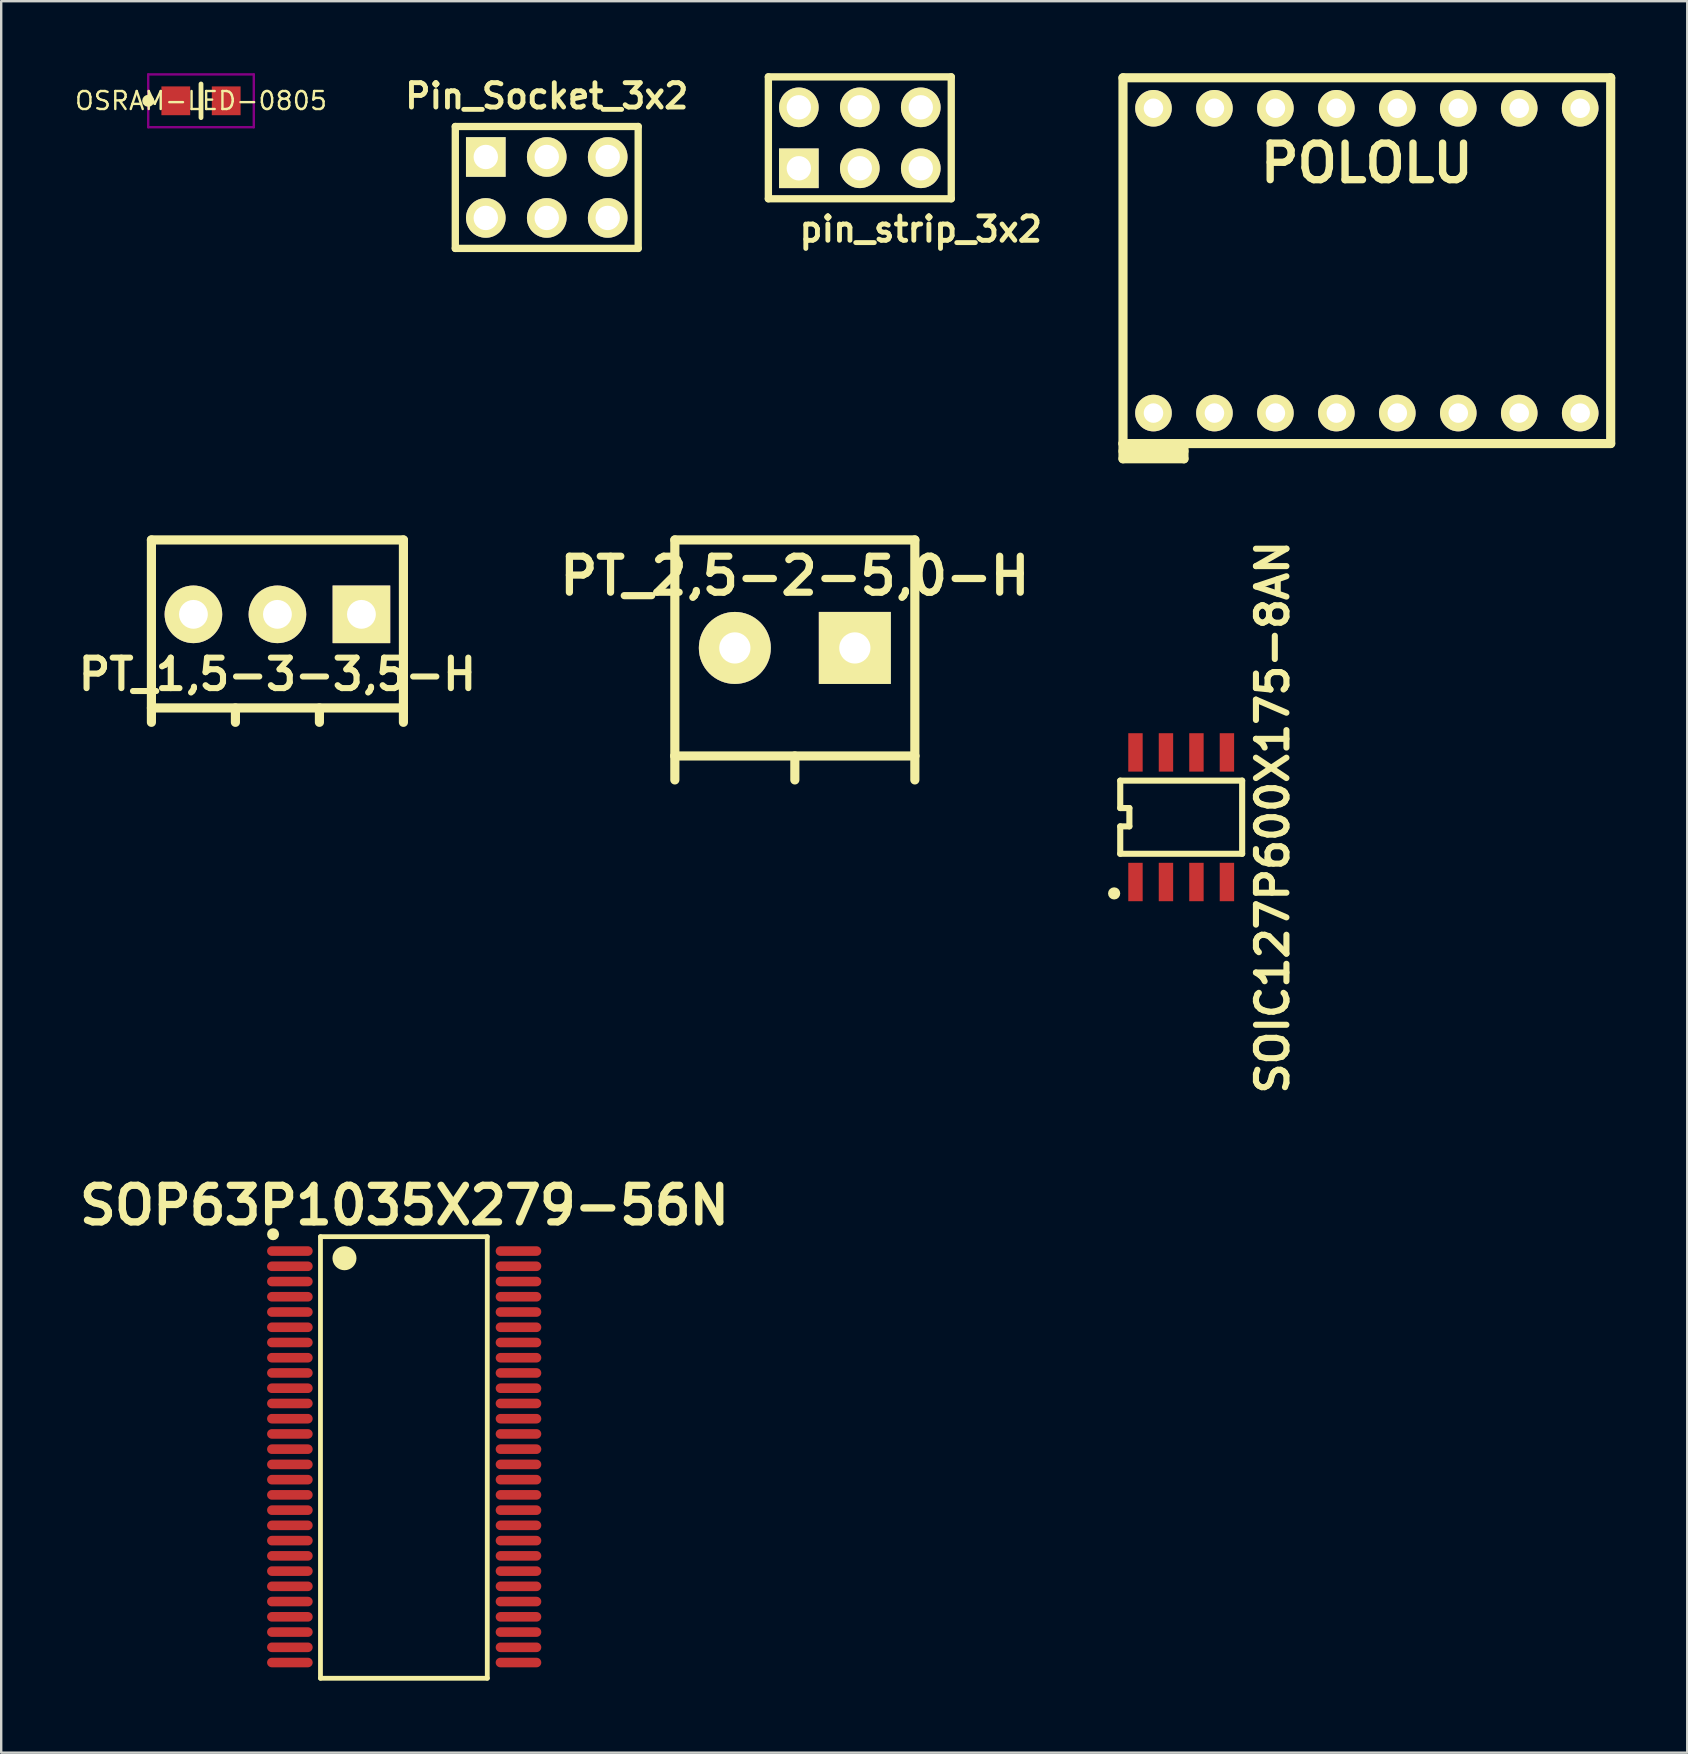
<source format=kicad_pcb>
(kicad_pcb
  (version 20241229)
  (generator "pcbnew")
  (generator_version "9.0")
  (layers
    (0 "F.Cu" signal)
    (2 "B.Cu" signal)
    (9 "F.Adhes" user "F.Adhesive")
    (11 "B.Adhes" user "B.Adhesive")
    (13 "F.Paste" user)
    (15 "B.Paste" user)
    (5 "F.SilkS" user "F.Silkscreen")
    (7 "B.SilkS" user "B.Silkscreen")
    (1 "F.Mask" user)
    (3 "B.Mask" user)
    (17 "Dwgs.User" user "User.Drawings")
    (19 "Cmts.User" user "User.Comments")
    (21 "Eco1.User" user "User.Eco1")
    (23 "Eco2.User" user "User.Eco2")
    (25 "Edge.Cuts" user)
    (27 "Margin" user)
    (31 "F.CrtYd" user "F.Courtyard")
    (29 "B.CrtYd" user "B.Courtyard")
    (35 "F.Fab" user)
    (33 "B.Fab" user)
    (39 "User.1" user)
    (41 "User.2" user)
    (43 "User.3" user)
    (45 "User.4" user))
  (footprint "pin_strip_3x2"
    (layer "F.Cu")
    (at 32.775 2.692)
    (property "Reference" "pin_strip_3x2" (at 2.54 3.81 0) (layer "F.SilkS") (effects (font (size 1.016 1.016) (thickness 0.203))))
    (attr through_hole)
    (fp_line (start -3.81 -2.54) (end -3.81 2.54) (stroke (width 0.305) (type solid)) (layer "F.SilkS"))
    (fp_line (start -3.81 -2.54) (end 3.81 -2.54) (stroke (width 0.305) (type solid)) (layer "F.SilkS"))
    (fp_line (start 3.81 -2.54) (end 3.81 2.54) (stroke (width 0.305) (type solid)) (layer "F.SilkS"))
    (fp_line (start 3.81 2.54) (end -3.81 2.54) (stroke (width 0.305) (type solid)) (layer "F.SilkS"))
    (pad "1" thru_hole rect (at -2.54 1.27) (size 1.651 1.651) (drill 1.016) (layers "*.Cu" "*.Mask" "F.SilkS"))
    (pad "2" thru_hole circle (at -2.54 -1.27) (size 1.651 1.651) (drill 1.016) (layers "*.Cu" "*.Mask" "F.SilkS"))
    (pad "3" thru_hole circle (at 0 1.27) (size 1.651 1.651) (drill 1.016) (layers "*.Cu" "*.Mask" "F.SilkS"))
    (pad "4" thru_hole circle (at 0 -1.27) (size 1.651 1.651) (drill 1.016) (layers "*.Cu" "*.Mask" "F.SilkS"))
    (pad "5" thru_hole circle (at 2.54 1.27) (size 1.651 1.651) (drill 1.016) (layers "*.Cu" "*.Mask" "F.SilkS"))
    (pad "6" thru_hole circle (at 2.54 -1.27) (size 1.651 1.651) (drill 1.016) (layers "*.Cu" "*.Mask" "F.SilkS")))
  (footprint "SOIC127P600X175-8AN"
    (layer "F.Cu")
    (at 46.166 31)
    (property "Reference" "SOIC127P600X175-8AN" (at 3.81 0 90) (layer "F.SilkS") (effects (font (size 1.27 1.27) (thickness 0.254))))
    (attr smd)
    (fp_line (start -2.54 -1.524) (end 2.54 -1.524) (stroke (width 0.254) (type solid)) (layer "F.SilkS"))
    (fp_line (start -2.54 -0.381) (end -2.54 -1.524) (stroke (width 0.254) (type solid)) (layer "F.SilkS"))
    (fp_line (start -2.54 0.381) (end -2.159 0.381) (stroke (width 0.254) (type solid)) (layer "F.SilkS"))
    (fp_line (start -2.54 1.524) (end -2.54 0.381) (stroke (width 0.254) (type solid)) (layer "F.SilkS"))
    (fp_line (start -2.159 -0.381) (end -2.54 -0.381) (stroke (width 0.254) (type solid)) (layer "F.SilkS"))
    (fp_line (start -2.159 0.381) (end -2.159 -0.381) (stroke (width 0.254) (type solid)) (layer "F.SilkS"))
    (fp_line (start 2.54 -1.524) (end 2.54 1.524) (stroke (width 0.254) (type solid)) (layer "F.SilkS"))
    (fp_line (start 2.54 1.524) (end -2.54 1.524) (stroke (width 0.254) (type solid)) (layer "F.SilkS"))
    (fp_circle (center -2.794 3.175) (end -2.667 3.175) (stroke (width 0.254) (type solid)) (fill no) (layer "F.SilkS"))
    (pad "1" smd rect (at -1.905 2.7) (size 0.6 1.6) (layers "F.Cu" "F.Mask" "F.Paste"))
    (pad "2" smd rect (at -0.635 2.7) (size 0.6 1.6) (layers "F.Cu" "F.Mask" "F.Paste"))
    (pad "3" smd rect (at 0.635 2.7) (size 0.6 1.6) (layers "F.Cu" "F.Mask" "F.Paste"))
    (pad "4" smd rect (at 1.905 2.7) (size 0.6 1.6) (layers "F.Cu" "F.Mask" "F.Paste"))
    (pad "5" smd rect (at 1.905 -2.7) (size 0.6 1.6) (layers "F.Cu" "F.Mask" "F.Paste"))
    (pad "6" smd rect (at 0.635 -2.7) (size 0.6 1.6) (layers "F.Cu" "F.Mask" "F.Paste"))
    (pad "7" smd rect (at -0.635 -2.7) (size 0.6 1.6) (layers "F.Cu" "F.Mask" "F.Paste"))
    (pad "8" smd rect (at -1.905 -2.7) (size 0.6 1.6) (layers "F.Cu" "F.Mask" "F.Paste")))
  (footprint "PT_2,5-2-5,0-H"
    (layer "F.Cu")
    (at 32.568 23.947)
    (property "Reference" "PT_2,5-2-5,0-H" (at -2.5 -3 0) (layer "F.SilkS") (effects (font (size 1.5 1.5) (thickness 0.3))))
    (attr through_hole)
    (fp_line (start -7.5 -4.5) (end 2.5 -4.5) (stroke (width 0.381) (type solid)) (layer "F.SilkS"))
    (fp_line (start -7.5 4.5) (end -7.5 -4.5) (stroke (width 0.381) (type solid)) (layer "F.SilkS"))
    (fp_line (start -7.5 4.5) (end -7.5 5.5) (stroke (width 0.381) (type solid)) (layer "F.SilkS"))
    (fp_line (start -2.5 4.5) (end -2.5 5.5) (stroke (width 0.381) (type solid)) (layer "F.SilkS"))
    (fp_line (start 2.5 -4.5) (end 2.5 4.5) (stroke (width 0.381) (type solid)) (layer "F.SilkS"))
    (fp_line (start 2.5 4.5) (end -7.5 4.5) (stroke (width 0.381) (type solid)) (layer "F.SilkS"))
    (fp_line (start 2.5 4.5) (end 2.5 5.5) (stroke (width 0.381) (type solid)) (layer "F.SilkS"))
    (pad "1" thru_hole rect (at 0 0) (size 3 3) (drill 1.3) (layers "*.Cu" "*.Mask" "F.SilkS"))
    (pad "2" thru_hole circle (at -5 0) (size 3 3) (drill 1.3) (layers "*.Cu" "*.Mask" "F.SilkS")))
  (footprint "Pin_Socket_3x2"
    (layer "F.Cu")
    (at 19.731 4.761)
    (property "Reference" "Pin_Socket_3x2" (at 0 -3.81 0) (layer "F.SilkS") (effects (font (size 1.016 1.016) (thickness 0.203))))
    (attr through_hole)
    (fp_line (start -3.81 -2.54) (end -3.81 2.54) (stroke (width 0.305) (type solid)) (layer "F.SilkS"))
    (fp_line (start -3.81 -2.54) (end 3.81 -2.54) (stroke (width 0.305) (type solid)) (layer "F.SilkS"))
    (fp_line (start 3.81 -2.54) (end 3.81 2.54) (stroke (width 0.305) (type solid)) (layer "F.SilkS"))
    (fp_line (start 3.81 2.54) (end -3.81 2.54) (stroke (width 0.305) (type solid)) (layer "F.SilkS"))
    (pad "1" thru_hole rect (at -2.54 -1.27) (size 1.651 1.651) (drill 1.016) (layers "*.Cu" "*.Mask" "F.SilkS"))
    (pad "2" thru_hole circle (at -2.54 1.27) (size 1.651 1.651) (drill 1.016) (layers "*.Cu" "*.Mask" "F.SilkS"))
    (pad "3" thru_hole circle (at 0 -1.27) (size 1.651 1.651) (drill 1.016) (layers "*.Cu" "*.Mask" "F.SilkS"))
    (pad "4" thru_hole circle (at 0 1.27) (size 1.651 1.651) (drill 1.016) (layers "*.Cu" "*.Mask" "F.SilkS"))
    (pad "5" thru_hole circle (at 2.54 -1.27) (size 1.651 1.651) (drill 1.016) (layers "*.Cu" "*.Mask" "F.SilkS"))
    (pad "6" thru_hole circle (at 2.54 1.27) (size 1.651 1.651) (drill 1.016) (layers "*.Cu" "*.Mask" "F.SilkS")))
  (footprint "PT_1,5-3-3,5-H"
    (layer "F.Cu")
    (at 12.009 22.547)
    (property "Reference" "PT_1,5-3-3,5-H" (at -3.5 2.5 0) (layer "F.SilkS") (effects (font (size 1.27 1.27) (thickness 0.254))))
    (attr through_hole)
    (fp_line (start -8.75 -3.1) (end -8.75 4.5) (stroke (width 0.381) (type solid)) (layer "F.SilkS"))
    (fp_line (start -8.75 3.9) (end 1.75 3.9) (stroke (width 0.381) (type solid)) (layer "F.SilkS"))
    (fp_line (start -5.25 3.9) (end -5.25 4.5) (stroke (width 0.381) (type solid)) (layer "F.SilkS"))
    (fp_line (start -1.75 3.9) (end -1.75 4.5) (stroke (width 0.381) (type solid)) (layer "F.SilkS"))
    (fp_line (start 1.75 -3.1) (end -8.75 -3.1) (stroke (width 0.381) (type solid)) (layer "F.SilkS"))
    (fp_line (start 1.75 4.5) (end 1.75 -3.1) (stroke (width 0.381) (type solid)) (layer "F.SilkS"))
    (pad "1" thru_hole rect (at 0 0) (size 2.4 2.4) (drill 1.2) (layers "*.Cu" "*.Mask" "F.SilkS"))
    (pad "2" thru_hole circle (at -3.5 0) (size 2.4 2.4) (drill 1.2) (layers "*.Cu" "*.Mask" "F.SilkS"))
    (pad "3" thru_hole circle (at -7 0) (size 2.4 2.4) (drill 1.2) (layers "*.Cu" "*.Mask" "F.SilkS")))
  (footprint "POLOLU"
    (layer "F.Cu")
    (at 53.901 14.161)
    (property "Reference" "POLOLU" (at 0 -10.414 0) (layer "F.SilkS") (effects (font (size 1.524 1.524) (thickness 0.305))))
    (attr through_hole)
    (fp_line (start -10.16 -13.97) (end 10.16 -13.97) (stroke (width 0.381) (type solid)) (layer "F.SilkS"))
    (fp_line (start -10.16 1.27) (end -10.16 -13.97) (stroke (width 0.381) (type solid)) (layer "F.SilkS"))
    (fp_line (start -10.16 1.27) (end -10.16 1.905) (stroke (width 0.381) (type solid)) (layer "F.SilkS"))
    (fp_line (start -10.16 1.587) (end -7.62 1.587) (stroke (width 0.381) (type solid)) (layer "F.SilkS"))
    (fp_line (start -10.16 1.905) (end -7.62 1.905) (stroke (width 0.381) (type solid)) (layer "F.SilkS"))
    (fp_line (start -7.62 1.905) (end -7.62 1.27) (stroke (width 0.381) (type solid)) (layer "F.SilkS"))
    (fp_line (start 10.16 -13.97) (end 10.16 1.27) (stroke (width 0.381) (type solid)) (layer "F.SilkS"))
    (fp_line (start 10.16 1.27) (end -10.16 1.27) (stroke (width 0.381) (type solid)) (layer "F.SilkS"))
    (pad "1" thru_hole circle (at -8.89 0) (size 1.524 1.524) (drill 0.813) (layers "*.Cu" "*.Mask" "F.SilkS"))
    (pad "2" thru_hole circle (at -6.35 0) (size 1.524 1.524) (drill 0.813) (layers "*.Cu" "*.Mask" "F.SilkS"))
    (pad "3" thru_hole circle (at -3.81 0) (size 1.524 1.524) (drill 0.813) (layers "*.Cu" "*.Mask" "F.SilkS"))
    (pad "4" thru_hole circle (at -1.27 0) (size 1.524 1.524) (drill 0.813) (layers "*.Cu" "*.Mask" "F.SilkS"))
    (pad "5" thru_hole circle (at 1.27 0) (size 1.524 1.524) (drill 0.813) (layers "*.Cu" "*.Mask" "F.SilkS"))
    (pad "6" thru_hole circle (at 3.81 0) (size 1.524 1.524) (drill 0.813) (layers "*.Cu" "*.Mask" "F.SilkS"))
    (pad "7" thru_hole circle (at 6.35 0) (size 1.524 1.524) (drill 0.813) (layers "*.Cu" "*.Mask" "F.SilkS"))
    (pad "8" thru_hole circle (at 8.89 0) (size 1.524 1.524) (drill 0.813) (layers "*.Cu" "*.Mask" "F.SilkS"))
    (pad "9" thru_hole circle (at 8.89 -12.7) (size 1.524 1.524) (drill 0.813) (layers "*.Cu" "*.Mask" "F.SilkS"))
    (pad "10" thru_hole circle (at 6.35 -12.7) (size 1.524 1.524) (drill 0.813) (layers "*.Cu" "*.Mask" "F.SilkS"))
    (pad "11" thru_hole circle (at 3.81 -12.7) (size 1.524 1.524) (drill 0.813) (layers "*.Cu" "*.Mask" "F.SilkS"))
    (pad "12" thru_hole circle (at 1.27 -12.7) (size 1.524 1.524) (drill 0.813) (layers "*.Cu" "*.Mask" "F.SilkS"))
    (pad "13" thru_hole circle (at -1.27 -12.7) (size 1.524 1.524) (drill 0.813) (layers "*.Cu" "*.Mask" "F.SilkS"))
    (pad "14" thru_hole circle (at -3.81 -12.7) (size 1.524 1.524) (drill 0.813) (layers "*.Cu" "*.Mask" "F.SilkS"))
    (pad "15" thru_hole circle (at -6.35 -12.7) (size 1.524 1.524) (drill 0.813) (layers "*.Cu" "*.Mask" "F.SilkS"))
    (pad "16" thru_hole circle (at -8.89 -12.7) (size 1.524 1.524) (drill 0.813) (layers "*.Cu" "*.Mask" "F.SilkS")))
  (footprint "SOP63P1035X279-56N"
    (layer "F.Cu")
    (at 13.803 57.649)
    (property "Reference" "SOP63P1035X279-56N" (at 0 -10.477 0) (layer "F.SilkS") (effects (font (size 1.524 1.524) (thickness 0.305))))
    (attr through_hole)
    (fp_line (start -3.5 -9.172) (end 3.45 -9.172) (stroke (width 0.2) (type solid)) (layer "F.SilkS"))
    (fp_line (start -3.5 9.227) (end -3.5 -9.172) (stroke (width 0.2) (type solid)) (layer "F.SilkS"))
    (fp_line (start 3.45 -9.172) (end 3.45 9.227) (stroke (width 0.2) (type solid)) (layer "F.SilkS"))
    (fp_line (start 3.45 9.227) (end -3.5 9.227) (stroke (width 0.2) (type solid)) (layer "F.SilkS"))
    (fp_circle (center -5.475 -9.273) (end -5.35 -9.273) (stroke (width 0.25) (type solid)) (fill no) (layer "F.SilkS"))
    (fp_circle (center -2.5 -8.273) (end -2.25 -8.273) (stroke (width 0.5) (type solid)) (fill no) (layer "F.SilkS"))
    (pad "1" smd oval (at -4.775 -8.572) (size 1.9 0.4) (layers "F.Cu" "F.Mask" "F.Paste"))
    (pad "2" smd oval (at -4.775 -7.938) (size 1.9 0.4) (layers "F.Cu" "F.Mask" "F.Paste"))
    (pad "3" smd oval (at -4.775 -7.303) (size 1.9 0.4) (layers "F.Cu" "F.Mask" "F.Paste"))
    (pad "4" smd oval (at -4.775 -6.668) (size 1.9 0.4) (layers "F.Cu" "F.Mask" "F.Paste"))
    (pad "5" smd oval (at -4.775 -6.032) (size 1.9 0.4) (layers "F.Cu" "F.Mask" "F.Paste"))
    (pad "6" smd oval (at -4.775 -5.397) (size 1.9 0.4) (layers "F.Cu" "F.Mask" "F.Paste"))
    (pad "7" smd oval (at -4.775 -4.763) (size 1.9 0.4) (layers "F.Cu" "F.Mask" "F.Paste"))
    (pad "8" smd oval (at -4.775 -4.128) (size 1.9 0.4) (layers "F.Cu" "F.Mask" "F.Paste"))
    (pad "9" smd oval (at -4.775 -3.493) (size 1.9 0.4) (layers "F.Cu" "F.Mask" "F.Paste"))
    (pad "10" smd oval (at -4.775 -2.857) (size 1.9 0.4) (layers "F.Cu" "F.Mask" "F.Paste"))
    (pad "11" smd oval (at -4.775 -2.223) (size 1.9 0.4) (layers "F.Cu" "F.Mask" "F.Paste"))
    (pad "12" smd oval (at -4.775 -1.587) (size 1.9 0.4) (layers "F.Cu" "F.Mask" "F.Paste"))
    (pad "13" smd oval (at -4.775 -0.953) (size 1.9 0.4) (layers "F.Cu" "F.Mask" "F.Paste"))
    (pad "14" smd oval (at -4.775 -0.318) (size 1.9 0.4) (layers "F.Cu" "F.Mask" "F.Paste"))
    (pad "15" smd oval (at -4.775 0.318) (size 1.9 0.4) (layers "F.Cu" "F.Mask" "F.Paste"))
    (pad "16" smd oval (at -4.775 0.953) (size 1.9 0.4) (layers "F.Cu" "F.Mask" "F.Paste"))
    (pad "17" smd oval (at -4.775 1.587) (size 1.9 0.4) (layers "F.Cu" "F.Mask" "F.Paste"))
    (pad "18" smd oval (at -4.775 2.223) (size 1.9 0.4) (layers "F.Cu" "F.Mask" "F.Paste"))
    (pad "19" smd oval (at -4.775 2.857) (size 1.9 0.4) (layers "F.Cu" "F.Mask" "F.Paste"))
    (pad "20" smd oval (at -4.775 3.493) (size 1.9 0.4) (layers "F.Cu" "F.Mask" "F.Paste"))
    (pad "21" smd oval (at -4.775 4.128) (size 1.9 0.4) (layers "F.Cu" "F.Mask" "F.Paste"))
    (pad "22" smd oval (at -4.775 4.763) (size 1.9 0.4) (layers "F.Cu" "F.Mask" "F.Paste"))
    (pad "23" smd oval (at -4.775 5.397) (size 1.9 0.4) (layers "F.Cu" "F.Mask" "F.Paste"))
    (pad "24" smd oval (at -4.775 6.032) (size 1.9 0.4) (layers "F.Cu" "F.Mask" "F.Paste"))
    (pad "25" smd oval (at -4.775 6.668) (size 1.9 0.4) (layers "F.Cu" "F.Mask" "F.Paste"))
    (pad "26" smd oval (at -4.775 7.303) (size 1.9 0.4) (layers "F.Cu" "F.Mask" "F.Paste"))
    (pad "27" smd oval (at -4.775 7.938) (size 1.9 0.4) (layers "F.Cu" "F.Mask" "F.Paste"))
    (pad "28" smd oval (at -4.775 8.572) (size 1.9 0.4) (layers "F.Cu" "F.Mask" "F.Paste"))
    (pad "29" smd oval (at 4.75 8.572) (size 1.9 0.4) (layers "F.Cu" "F.Mask" "F.Paste"))
    (pad "30" smd oval (at 4.75 7.938) (size 1.9 0.4) (layers "F.Cu" "F.Mask" "F.Paste"))
    (pad "31" smd oval (at 4.75 7.303) (size 1.9 0.4) (layers "F.Cu" "F.Mask" "F.Paste"))
    (pad "32" smd oval (at 4.75 6.668) (size 1.9 0.4) (layers "F.Cu" "F.Mask" "F.Paste"))
    (pad "33" smd oval (at 4.75 6.032) (size 1.9 0.4) (layers "F.Cu" "F.Mask" "F.Paste"))
    (pad "34" smd oval (at 4.75 5.397) (size 1.9 0.4) (layers "F.Cu" "F.Mask" "F.Paste"))
    (pad "35" smd oval (at 4.75 4.763) (size 1.9 0.4) (layers "F.Cu" "F.Mask" "F.Paste"))
    (pad "36" smd oval (at 4.75 4.128) (size 1.9 0.4) (layers "F.Cu" "F.Mask" "F.Paste"))
    (pad "37" smd oval (at 4.75 3.493) (size 1.9 0.4) (layers "F.Cu" "F.Mask" "F.Paste"))
    (pad "38" smd oval (at 4.75 2.857) (size 1.9 0.4) (layers "F.Cu" "F.Mask" "F.Paste"))
    (pad "39" smd oval (at 4.75 2.223) (size 1.9 0.4) (layers "F.Cu" "F.Mask" "F.Paste"))
    (pad "40" smd oval (at 4.75 1.587) (size 1.9 0.4) (layers "F.Cu" "F.Mask" "F.Paste"))
    (pad "41" smd oval (at 4.75 0.953) (size 1.9 0.4) (layers "F.Cu" "F.Mask" "F.Paste"))
    (pad "42" smd oval (at 4.75 0.318) (size 1.9 0.4) (layers "F.Cu" "F.Mask" "F.Paste"))
    (pad "43" smd oval (at 4.75 -0.318) (size 1.9 0.4) (layers "F.Cu" "F.Mask" "F.Paste"))
    (pad "44" smd oval (at 4.75 -0.953) (size 1.9 0.4) (layers "F.Cu" "F.Mask" "F.Paste"))
    (pad "45" smd oval (at 4.75 -1.587) (size 1.9 0.4) (layers "F.Cu" "F.Mask" "F.Paste"))
    (pad "46" smd oval (at 4.75 -2.223) (size 1.9 0.4) (layers "F.Cu" "F.Mask" "F.Paste"))
    (pad "47" smd oval (at 4.75 -2.857) (size 1.9 0.4) (layers "F.Cu" "F.Mask" "F.Paste"))
    (pad "48" smd oval (at 4.75 -3.493) (size 1.9 0.4) (layers "F.Cu" "F.Mask" "F.Paste"))
    (pad "49" smd oval (at 4.75 -4.128) (size 1.9 0.4) (layers "F.Cu" "F.Mask" "F.Paste"))
    (pad "50" smd oval (at 4.75 -4.763) (size 1.9 0.4) (layers "F.Cu" "F.Mask" "F.Paste"))
    (pad "51" smd oval (at 4.75 -5.397) (size 1.9 0.4) (layers "F.Cu" "F.Mask" "F.Paste"))
    (pad "52" smd oval (at 4.75 -6.032) (size 1.9 0.4) (layers "F.Cu" "F.Mask" "F.Paste"))
    (pad "53" smd oval (at 4.75 -6.668) (size 1.9 0.4) (layers "F.Cu" "F.Mask" "F.Paste"))
    (pad "54" smd oval (at 4.75 -7.303) (size 1.9 0.4) (layers "F.Cu" "F.Mask" "F.Paste"))
    (pad "55" smd oval (at 4.75 -7.938) (size 1.9 0.4) (layers "F.Cu" "F.Mask" "F.Paste"))
    (pad "56" smd oval (at 4.75 -8.572) (size 1.9 0.4) (layers "F.Cu" "F.Mask" "F.Paste")))
  (footprint "OSRAM-LED-0805"
    (layer "F.Cu")
    (at 5.325 1.15)
    (property "Reference" "OSRAM-LED-0805" (at 0 0 0) (layer "F.SilkS") (effects (font (size 0.75 0.75) (thickness 0.1))))
    (attr smd)
    (fp_line (start 0 -0.7) (end 0 0.7) (stroke (width 0.2) (type solid)) (layer "F.SilkS"))
    (fp_circle (center -2.2 0) (end -2.2 0.125) (stroke (width 0.25) (type solid)) (fill no) (layer "F.SilkS"))
    (fp_line (start -2.2 -1.1) (end 2.2 -1.1) (stroke (width 0.1) (type solid)) (layer "F.Adhes"))
    (fp_line (start -2.2 1.1) (end -2.2 -1.1) (stroke (width 0.1) (type solid)) (layer "F.Adhes"))
    (fp_line (start 2.2 -1.1) (end 2.2 1.1) (stroke (width 0.1) (type solid)) (layer "F.Adhes"))
    (fp_line (start 2.2 1.1) (end -2.2 1.1) (stroke (width 0.1) (type solid)) (layer "F.Adhes"))
    (pad "A" smd rect (at 1.05 0) (size 1.2 1.2) (layers "F.Cu" "F.Mask" "F.Paste"))
    (pad "K" smd rect (at -1.05 0) (size 1.2 1.2) (layers "F.Cu" "F.Mask" "F.Paste")))
  (gr_rect
    (start -3 -3)
    (end 67.251 69.976)
    (stroke (width 0.1) (type default))
    (fill no)
    (layer "Edge.Cuts")))
</source>
